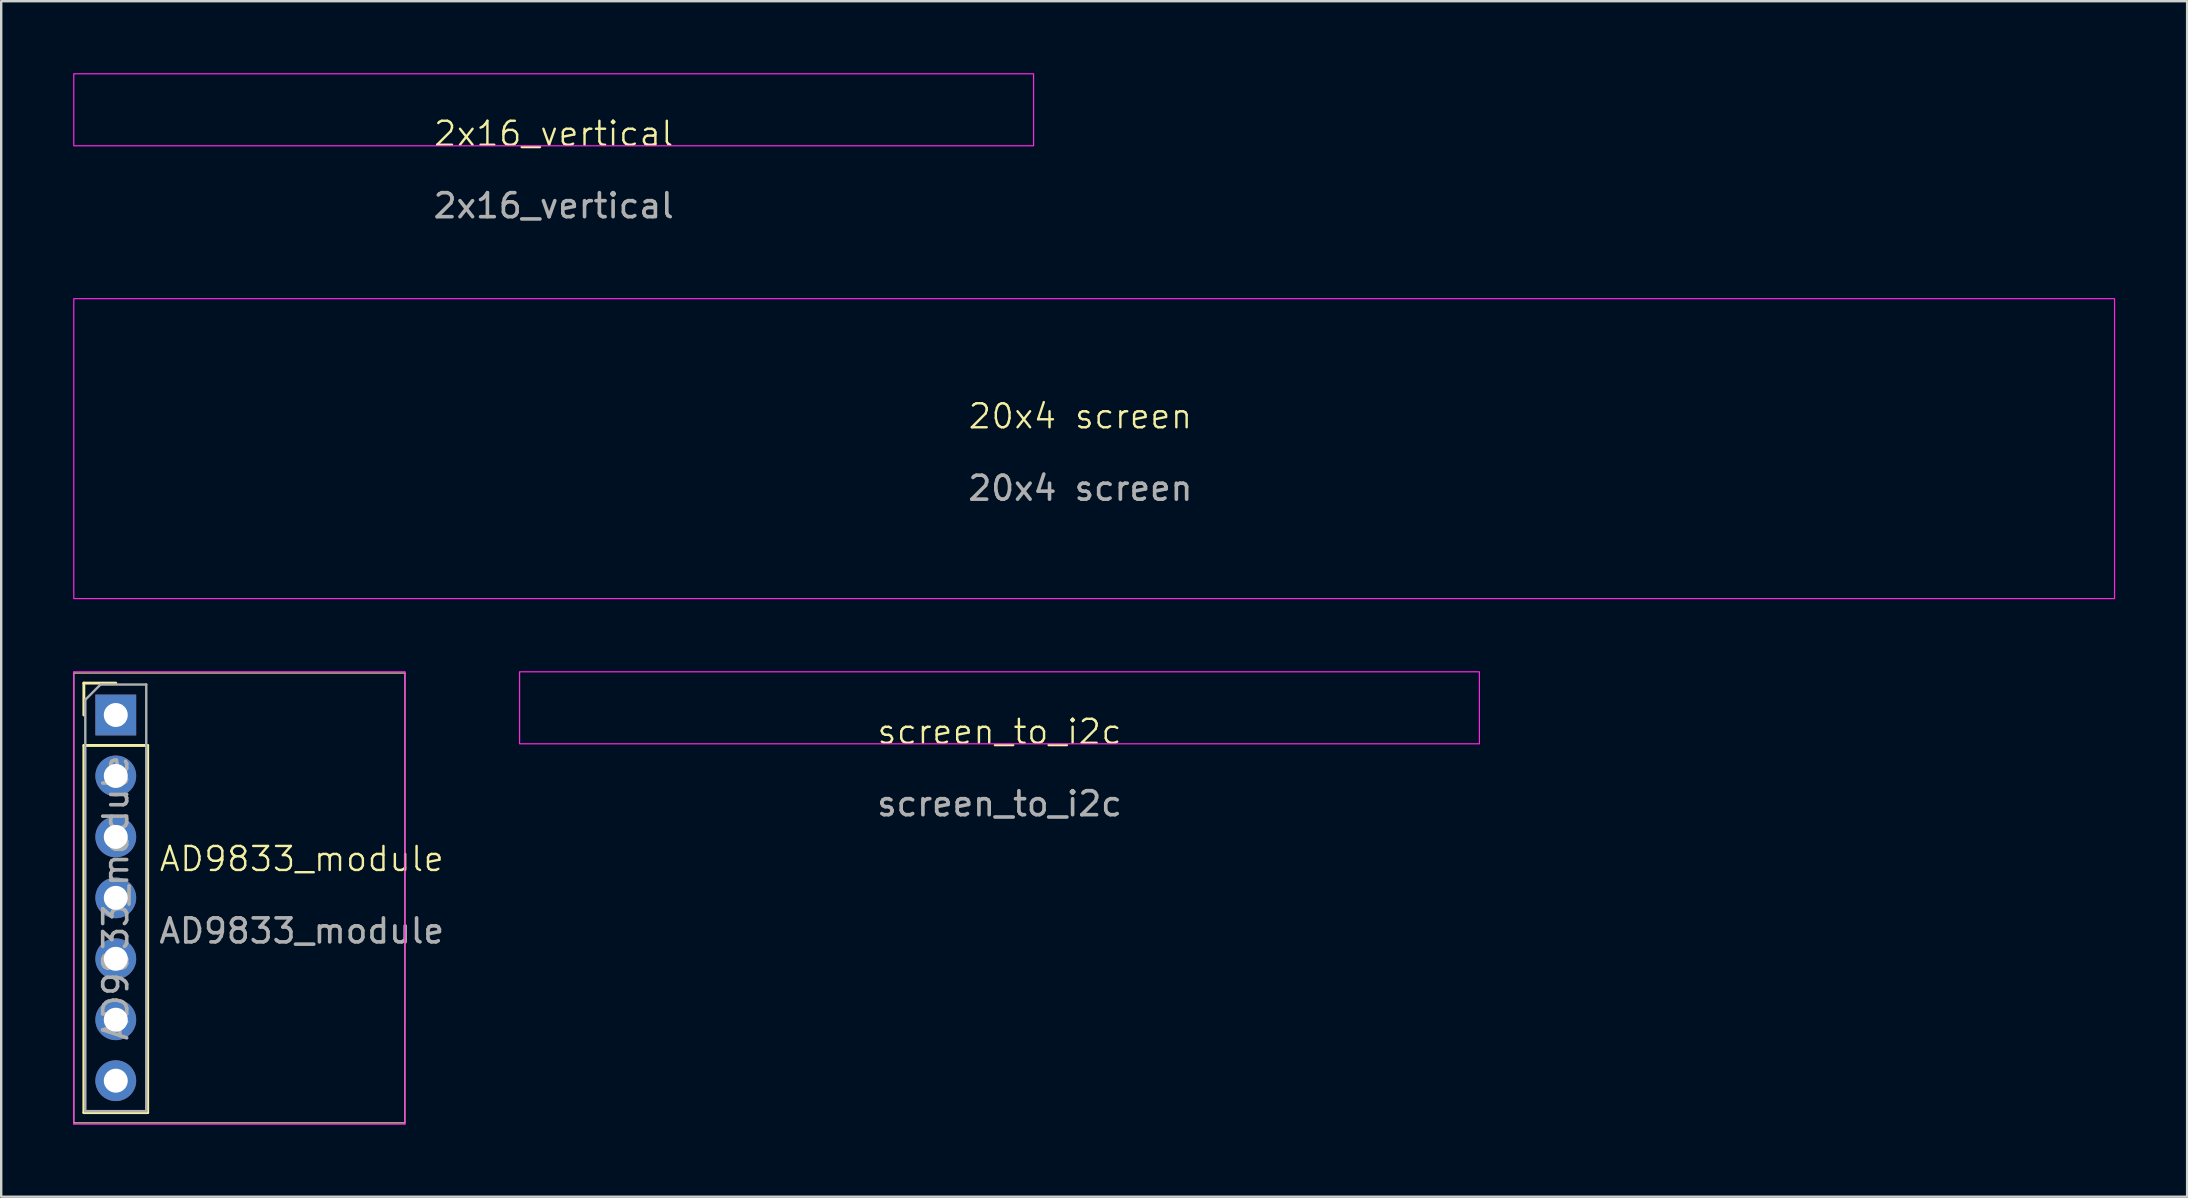
<source format=kicad_pcb>
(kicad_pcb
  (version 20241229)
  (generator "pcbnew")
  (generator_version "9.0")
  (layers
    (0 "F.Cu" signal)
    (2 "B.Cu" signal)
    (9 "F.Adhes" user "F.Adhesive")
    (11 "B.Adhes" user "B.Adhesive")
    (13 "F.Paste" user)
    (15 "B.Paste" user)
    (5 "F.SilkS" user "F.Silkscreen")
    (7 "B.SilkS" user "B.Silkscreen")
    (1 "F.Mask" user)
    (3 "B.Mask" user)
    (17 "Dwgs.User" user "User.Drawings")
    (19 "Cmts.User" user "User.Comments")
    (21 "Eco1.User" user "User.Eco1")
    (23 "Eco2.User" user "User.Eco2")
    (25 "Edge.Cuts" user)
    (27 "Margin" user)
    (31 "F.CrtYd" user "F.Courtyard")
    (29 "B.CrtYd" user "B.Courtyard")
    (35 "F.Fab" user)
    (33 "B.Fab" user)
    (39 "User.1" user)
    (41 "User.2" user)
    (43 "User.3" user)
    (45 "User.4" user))
  (footprint "2x16_vertical"
    (layer "F.Cu")
    (at 20.025 3.025)
    (property "Reference" "2x16_vertical" (at 0 -0.5 0) (unlocked yes) (layer "F.SilkS") (effects (font (size 1 1) (thickness 0.1))))
    (attr smd)
    (fp_rect (start -20 -3) (end 20 0) (stroke (width 0.05) (type default)) (fill no) (layer "F.CrtYd"))
    (fp_text user "${REFERENCE}" (at 0 2.5 0) (unlocked yes) (layer "F.Fab") (effects (font (size 1 1) (thickness 0.15)))))
  (footprint "screen_to_i2c"
    (layer "F.Cu")
    (at 38.604 27.948)
    (property "Reference" "screen_to_i2c" (at 0 -0.5 0) (unlocked yes) (layer "F.SilkS") (effects (font (size 1 1) (thickness 0.1))))
    (attr smd)
    (fp_rect (start -20 -3) (end 20 0) (stroke (width 0.05) (type default)) (fill no) (layer "F.CrtYd"))
    (fp_text user "${REFERENCE}" (at 0 2.5 0) (unlocked yes) (layer "F.Fab") (effects (font (size 1 1) (thickness 0.15)))))
  (footprint "20x4 screen"
    (layer "F.Cu")
    (at 41.975 14.798)
    (property "Reference" "20x4 screen" (at 0 -0.5 0) (unlocked yes) (layer "F.SilkS") (effects (font (size 1 1) (thickness 0.1))))
    (attr smd)
    (fp_rect (start -41.95 -5.4) (end 43.1 7.1) (stroke (width 0.05) (type default)) (fill no) (layer "F.CrtYd"))
    (fp_text user "${REFERENCE}" (at 0 2.5 0) (unlocked yes) (layer "F.Fab") (effects (font (size 1 1) (thickness 0.15)))))
  (footprint "AD9833_module"
    (layer "F.Cu")
    (at 1.775 26.748)
    (property "Reference" "AD9833_module" (at 7.75 6 0) (unlocked yes) (layer "F.SilkS") (effects (font (size 1 1) (thickness 0.1))))
    (attr smd)
    (fp_line (start -1.75 -1.75) (end -1.75 17) (stroke (width 0.05) (type solid)) (layer "F.SilkS"))
    (fp_line (start -1.33 -1.33) (end 0 -1.33) (stroke (width 0.12) (type solid)) (layer "F.SilkS"))
    (fp_line (start -1.33 0) (end -1.33 -1.33) (stroke (width 0.12) (type solid)) (layer "F.SilkS"))
    (fp_line (start -1.33 1.27) (end -1.33 16.57) (stroke (width 0.12) (type solid)) (layer "F.SilkS"))
    (fp_line (start -1.33 1.27) (end 1.33 1.27) (stroke (width 0.12) (type solid)) (layer "F.SilkS"))
    (fp_line (start -1.33 16.57) (end 1.33 16.57) (stroke (width 0.12) (type solid)) (layer "F.SilkS"))
    (fp_line (start 1.33 1.27) (end 1.33 16.57) (stroke (width 0.12) (type solid)) (layer "F.SilkS"))
    (fp_line (start 12.047 17) (end 12.05 -1.75) (stroke (width 0.05) (type solid)) (layer "F.SilkS"))
    (fp_line (start 12.05 -1.75) (end -1.75 -1.75) (stroke (width 0.05) (type solid)) (layer "F.SilkS"))
    (fp_line (start 12.05 17) (end -1.75 17) (stroke (width 0.05) (type solid)) (layer "F.SilkS"))
    (fp_line (start -1.75 -1.8) (end -1.75 17.05) (stroke (width 0.05) (type solid)) (layer "F.CrtYd"))
    (fp_line (start -1.75 17.05) (end 12.05 17.05) (stroke (width 0.05) (type solid)) (layer "F.CrtYd"))
    (fp_line (start 12.048 -1.8) (end -1.75 -1.8) (stroke (width 0.05) (type solid)) (layer "F.CrtYd"))
    (fp_line (start 12.048 17.05) (end 12.048 -1.8) (stroke (width 0.05) (type solid)) (layer "F.CrtYd"))
    (fp_line (start -1.27 -0.635) (end -0.635 -1.27) (stroke (width 0.1) (type solid)) (layer "F.Fab"))
    (fp_line (start -1.27 16.51) (end -1.27 -0.635) (stroke (width 0.1) (type solid)) (layer "F.Fab"))
    (fp_line (start -0.635 -1.27) (end 1.27 -1.27) (stroke (width 0.1) (type solid)) (layer "F.Fab"))
    (fp_line (start 1.27 -1.27) (end 1.27 16.51) (stroke (width 0.1) (type solid)) (layer "F.Fab"))
    (fp_line (start 1.27 16.51) (end -1.27 16.51) (stroke (width 0.1) (type solid)) (layer "F.Fab"))
    (fp_text user "${REFERENCE}" (at 7.75 9 0) (unlocked yes) (layer "F.Fab") (effects (font (size 1 1) (thickness 0.15))))
    (fp_text user "${REFERENCE}" (at 0 7.62 90) (layer "F.Fab") (effects (font (size 1 1) (thickness 0.15))))
    (pad "1" thru_hole rect (at 0 0) (size 1.7 1.7) (drill 1) (layers "*.Cu" "*.Mask"))
    (pad "2" thru_hole oval (at 0 2.54) (size 1.7 1.7) (drill 1) (layers "*.Cu" "*.Mask"))
    (pad "3" thru_hole oval (at 0 5.08) (size 1.7 1.7) (drill 1) (layers "*.Cu" "*.Mask"))
    (pad "4" thru_hole oval (at 0 7.62) (size 1.7 1.7) (drill 1) (layers "*.Cu" "*.Mask"))
    (pad "5" thru_hole oval (at 0 10.16) (size 1.7 1.7) (drill 1) (layers "*.Cu" "*.Mask"))
    (pad "6" thru_hole oval (at 0 12.7) (size 1.7 1.7) (drill 1) (layers "*.Cu" "*.Mask"))
    (pad "7" thru_hole oval (at 0 15.24) (size 1.7 1.7) (drill 1) (layers "*.Cu" "*.Mask")))
  (gr_rect
    (start -3 -3)
    (end 88.1 46.823)
    (stroke (width 0.1) (type default))
    (fill no)
    (layer "Edge.Cuts")))
</source>
